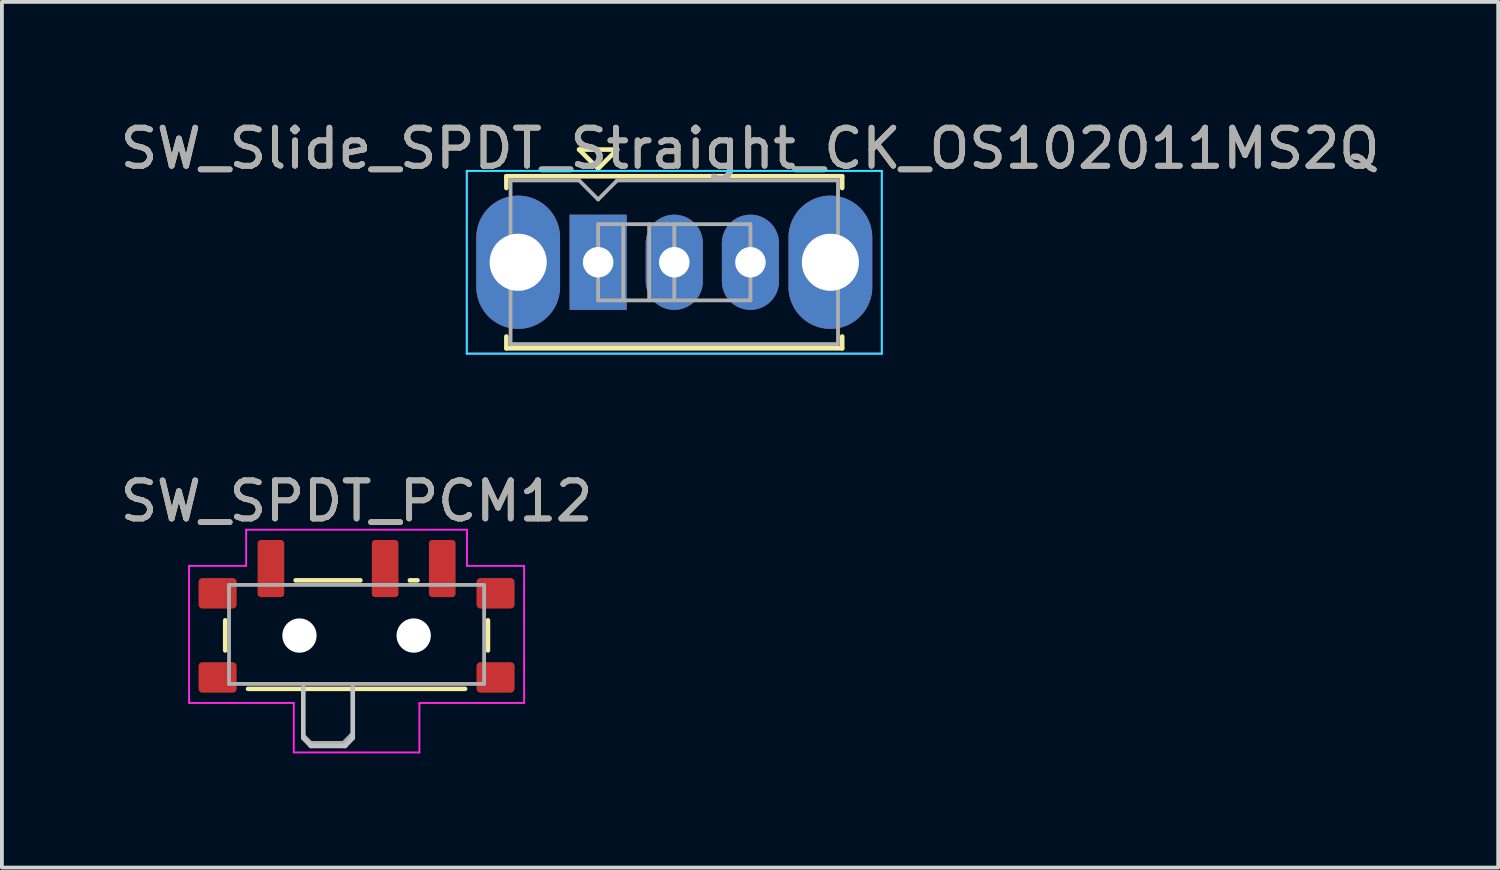
<source format=kicad_pcb>
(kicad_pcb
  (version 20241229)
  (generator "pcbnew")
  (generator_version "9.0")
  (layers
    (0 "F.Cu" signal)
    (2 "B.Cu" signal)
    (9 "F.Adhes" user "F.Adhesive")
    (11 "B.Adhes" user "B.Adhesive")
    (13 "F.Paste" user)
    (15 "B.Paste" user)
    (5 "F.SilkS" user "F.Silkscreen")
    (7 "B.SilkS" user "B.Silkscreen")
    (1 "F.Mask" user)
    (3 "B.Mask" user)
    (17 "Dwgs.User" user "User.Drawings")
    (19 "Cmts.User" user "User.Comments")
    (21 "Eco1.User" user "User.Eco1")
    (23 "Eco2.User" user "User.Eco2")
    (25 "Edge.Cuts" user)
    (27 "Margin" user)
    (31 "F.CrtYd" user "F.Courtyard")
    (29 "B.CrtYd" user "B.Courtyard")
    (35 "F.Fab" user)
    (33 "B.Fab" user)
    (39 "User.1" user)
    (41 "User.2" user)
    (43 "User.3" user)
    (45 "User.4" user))
  (footprint "SW_SPDT_PCM12"
    (layer "F.Cu")
    (at 6.315 13.312)
    (property "Reference" "SW_SPDT_PCM12" (at 0 -3.2 0) (layer "F.SilkS") (effects (font (size 1 1) (thickness 0.15))))
    (attr smd)
    (fp_line (start -3.45 -0.07) (end -3.45 0.72) (stroke (width 0.12) (type solid)) (layer "F.SilkS"))
    (fp_line (start -2.85 1.73) (end 2.85 1.73) (stroke (width 0.12) (type solid)) (layer "F.SilkS"))
    (fp_line (start -1.6 -1.12) (end 0.1 -1.12) (stroke (width 0.12) (type solid)) (layer "F.SilkS"))
    (fp_line (start 1.4 -1.12) (end 1.6 -1.12) (stroke (width 0.12) (type solid)) (layer "F.SilkS"))
    (fp_line (start 3.45 0.72) (end 3.45 -0.07) (stroke (width 0.12) (type solid)) (layer "F.SilkS"))
    (fp_line (start -1.4 1.73) (end -1.4 3.02) (stroke (width 0.12) (type solid)) (layer "Dwgs.User"))
    (fp_line (start -1.4 3.02) (end -1.2 3.23) (stroke (width 0.12) (type solid)) (layer "Dwgs.User"))
    (fp_line (start -1.2 3.23) (end -0.3 3.23) (stroke (width 0.12) (type solid)) (layer "Dwgs.User"))
    (fp_line (start -0.1 3.02) (end -0.3 3.23) (stroke (width 0.12) (type solid)) (layer "Dwgs.User"))
    (fp_line (start -0.1 3.02) (end -0.1 1.73) (stroke (width 0.12) (type solid)) (layer "Dwgs.User"))
    (fp_line (start -4.4 2.1) (end -4.4 -1.5) (stroke (width 0.05) (type solid)) (layer "F.CrtYd"))
    (fp_line (start -2.9 -2.45) (end -2.9 -1.5) (stroke (width 0.05) (type default)) (layer "F.CrtYd"))
    (fp_line (start -2.9 -2.45) (end 2.9 -2.45) (stroke (width 0.05) (type solid)) (layer "F.CrtYd"))
    (fp_line (start -2.9 -1.5) (end -4.4 -1.5) (stroke (width 0.05) (type default)) (layer "F.CrtYd"))
    (fp_line (start -1.65 2.1) (end -4.4 2.1) (stroke (width 0.05) (type solid)) (layer "F.CrtYd"))
    (fp_line (start -1.65 3.4) (end -1.65 2.1) (stroke (width 0.05) (type solid)) (layer "F.CrtYd"))
    (fp_line (start 1.65 2.1) (end 1.65 3.4) (stroke (width 0.05) (type solid)) (layer "F.CrtYd"))
    (fp_line (start 1.65 3.4) (end -1.65 3.4) (stroke (width 0.05) (type solid)) (layer "F.CrtYd"))
    (fp_line (start 2.9 -1.5) (end 2.9 -2.45) (stroke (width 0.05) (type default)) (layer "F.CrtYd"))
    (fp_line (start 4.4 -1.5) (end 2.9 -1.5) (stroke (width 0.05) (type default)) (layer "F.CrtYd"))
    (fp_line (start 4.4 -1.5) (end 4.4 2.1) (stroke (width 0.05) (type solid)) (layer "F.CrtYd"))
    (fp_line (start 4.4 2.1) (end 1.65 2.1) (stroke (width 0.05) (type solid)) (layer "F.CrtYd"))
    (fp_line (start -3.35 -1) (end -3.35 1.6) (stroke (width 0.1) (type solid)) (layer "F.Fab"))
    (fp_line (start -3.35 1.6) (end 3.35 1.6) (stroke (width 0.1) (type solid)) (layer "F.Fab"))
    (fp_line (start -1.4 1.65) (end -1.4 2.95) (stroke (width 0.1) (type solid)) (layer "F.Fab"))
    (fp_line (start -1.4 2.95) (end -1.2 3.15) (stroke (width 0.1) (type solid)) (layer "F.Fab"))
    (fp_line (start -1.2 3.15) (end -0.35 3.15) (stroke (width 0.1) (type solid)) (layer "F.Fab"))
    (fp_line (start -0.35 3.15) (end -0.15 2.95) (stroke (width 0.1) (type solid)) (layer "F.Fab"))
    (fp_line (start -0.15 2.95) (end -0.1 2.9) (stroke (width 0.1) (type solid)) (layer "F.Fab"))
    (fp_line (start -0.1 2.9) (end -0.1 1.6) (stroke (width 0.1) (type solid)) (layer "F.Fab"))
    (fp_line (start 3.35 -1) (end -3.35 -1) (stroke (width 0.1) (type solid)) (layer "F.Fab"))
    (fp_line (start 3.35 1.6) (end 3.35 -1) (stroke (width 0.1) (type solid)) (layer "F.Fab"))
    (fp_text user "${REFERENCE}" (at 0 -3.2 0) (layer "F.Fab") (effects (font (size 1 1) (thickness 0.15))))
    (pad "" np_thru_hole circle (at -1.5 0.33) (size 0.9 0.9) (drill 0.9) (layers "*.Cu" "*.Mask"))
    (pad "" np_thru_hole circle (at 1.5 0.33) (size 0.9 0.9) (drill 0.9) (layers "*.Cu" "*.Mask"))
    (pad "1" smd roundrect (at -2.25 -1.43) (size 0.7 1.5) (layers "F.Cu" "F.Mask" "F.Paste") (roundrect_rratio 0.125))
    (pad "2" smd roundrect (at 0.75 -1.43) (size 0.7 1.5) (layers "F.Cu" "F.Mask" "F.Paste") (roundrect_rratio 0.125))
    (pad "3" smd roundrect (at 2.25 -1.43) (size 0.7 1.5) (layers "F.Cu" "F.Mask" "F.Paste") (roundrect_rratio 0.125))
    (pad "MP" smd roundrect (at -3.65 -0.78) (size 1 0.8) (layers "F.Cu" "F.Mask" "F.Paste") (roundrect_rratio 0.125))
    (pad "MP" smd roundrect (at -3.65 1.43) (size 1 0.8) (layers "F.Cu" "F.Mask" "F.Paste") (roundrect_rratio 0.125))
    (pad "MP" smd roundrect (at 3.65 -0.78) (size 1 0.8) (layers "F.Cu" "F.Mask" "F.Paste") (roundrect_rratio 0.125))
    (pad "MP" smd roundrect (at 3.65 1.43) (size 1 0.8) (layers "F.Cu" "F.Mask" "F.Paste") (roundrect_rratio 0.125)))
  (footprint "SW_Slide_SPDT_Straight_CK_OS102011MS2Q"
    (layer "F.Cu")
    (at 12.659 3.838)
    (property "Reference" "SW_Slide_SPDT_Straight_CK_OS102011MS2Q" (at 3.99 -2.99 0) (layer "F.SilkS") (effects (font (size 1 1) (thickness 0.15))))
    (attr through_hole)
    (fp_line (start -2.41 -2.26) (end 6.41 -2.26) (stroke (width 0.12) (type solid)) (layer "F.SilkS"))
    (fp_line (start -2.41 -1.95) (end -2.41 -2.26) (stroke (width 0.12) (type solid)) (layer "F.SilkS"))
    (fp_line (start -2.41 2.26) (end -2.41 1.95) (stroke (width 0.12) (type solid)) (layer "F.SilkS"))
    (fp_line (start -0.5 -2.96) (end 0 -2.46) (stroke (width 0.12) (type solid)) (layer "F.SilkS"))
    (fp_line (start 0 -2.46) (end 0.5 -2.96) (stroke (width 0.12) (type solid)) (layer "F.SilkS"))
    (fp_line (start 0.5 -2.96) (end -0.5 -2.96) (stroke (width 0.12) (type solid)) (layer "F.SilkS"))
    (fp_line (start 6.41 -2.26) (end 6.41 -1.95) (stroke (width 0.12) (type solid)) (layer "F.SilkS"))
    (fp_line (start 6.41 2.26) (end -2.41 2.26) (stroke (width 0.12) (type solid)) (layer "F.SilkS"))
    (fp_line (start 6.41 2.26) (end 6.41 1.95) (stroke (width 0.12) (type solid)) (layer "F.SilkS"))
    (fp_line (start -3.45 -2.4) (end 7.45 -2.4) (stroke (width 0.05) (type solid)) (layer "B.CrtYd"))
    (fp_line (start -3.45 2.4) (end -3.45 -2.4) (stroke (width 0.05) (type solid)) (layer "B.CrtYd"))
    (fp_line (start 7.45 -2.4) (end 7.45 2.4) (stroke (width 0.05) (type solid)) (layer "B.CrtYd"))
    (fp_line (start 7.45 2.4) (end -3.45 2.4) (stroke (width 0.05) (type solid)) (layer "B.CrtYd"))
    (fp_line (start -3.45 -2.4) (end 7.45 -2.4) (stroke (width 0.05) (type solid)) (layer "F.CrtYd"))
    (fp_line (start -3.45 2.4) (end -3.45 -2.4) (stroke (width 0.05) (type solid)) (layer "F.CrtYd"))
    (fp_line (start 7.45 -2.4) (end 7.45 2.4) (stroke (width 0.05) (type solid)) (layer "F.CrtYd"))
    (fp_line (start 7.45 2.4) (end -3.45 2.4) (stroke (width 0.05) (type solid)) (layer "F.CrtYd"))
    (fp_line (start -2.3 -2.15) (end -0.5 -2.15) (stroke (width 0.1) (type solid)) (layer "F.Fab"))
    (fp_line (start -2.3 2.15) (end -2.3 -2.15) (stroke (width 0.1) (type solid)) (layer "F.Fab"))
    (fp_line (start -0.5 -2.15) (end 0 -1.65) (stroke (width 0.1) (type solid)) (layer "F.Fab"))
    (fp_line (start 0 -1.65) (end 0.5 -2.15) (stroke (width 0.1) (type solid)) (layer "F.Fab"))
    (fp_line (start 0 -1) (end 0 1) (stroke (width 0.1) (type solid)) (layer "F.Fab"))
    (fp_line (start 0 -1) (end 4 -1) (stroke (width 0.1) (type solid)) (layer "F.Fab"))
    (fp_line (start 0 1) (end 4 1) (stroke (width 0.1) (type solid)) (layer "F.Fab"))
    (fp_line (start 0.5 -2.15) (end 6.3 -2.15) (stroke (width 0.1) (type solid)) (layer "F.Fab"))
    (fp_line (start 0.66 -1) (end 0.66 1) (stroke (width 0.1) (type solid)) (layer "F.Fab"))
    (fp_line (start 1.34 -1) (end 1.34 1) (stroke (width 0.1) (type solid)) (layer "F.Fab"))
    (fp_line (start 2 -1) (end 2 1) (stroke (width 0.1) (type solid)) (layer "F.Fab"))
    (fp_line (start 4 -1) (end 4 1) (stroke (width 0.1) (type solid)) (layer "F.Fab"))
    (fp_line (start 6.3 -2.15) (end 6.3 2.15) (stroke (width 0.1) (type solid)) (layer "F.Fab"))
    (fp_line (start 6.3 2.15) (end -2.3 2.15) (stroke (width 0.1) (type solid)) (layer "F.Fab"))
    (fp_text user "${REFERENCE}" (at 3.99 -2.99 0) (layer "F.Fab") (effects (font (size 1 1) (thickness 0.15))))
    (pad "1" thru_hole rect (at 0 0) (size 1.5 2.5) (drill 0.8) (layers "*.Cu" "*.Mask"))
    (pad "2" thru_hole oval (at 2 0) (size 1.5 2.5) (drill 0.8) (layers "*.Cu" "*.Mask"))
    (pad "3" thru_hole oval (at 4 0) (size 1.5 2.5) (drill 0.8) (layers "*.Cu" "*.Mask"))
    (pad "MP" thru_hole oval (at -2.1 0) (size 2.2 3.5) (drill 1.5) (layers "*.Cu" "*.Mask"))
    (pad "MP" thru_hole oval (at 6.1 0) (size 2.2 3.5) (drill 1.5) (layers "*.Cu" "*.Mask")))
  (gr_rect
    (start -3 -3)
    (end 36.298 19.736)
    (stroke (width 0.1) (type default))
    (fill no)
    (layer "Edge.Cuts")))
</source>
